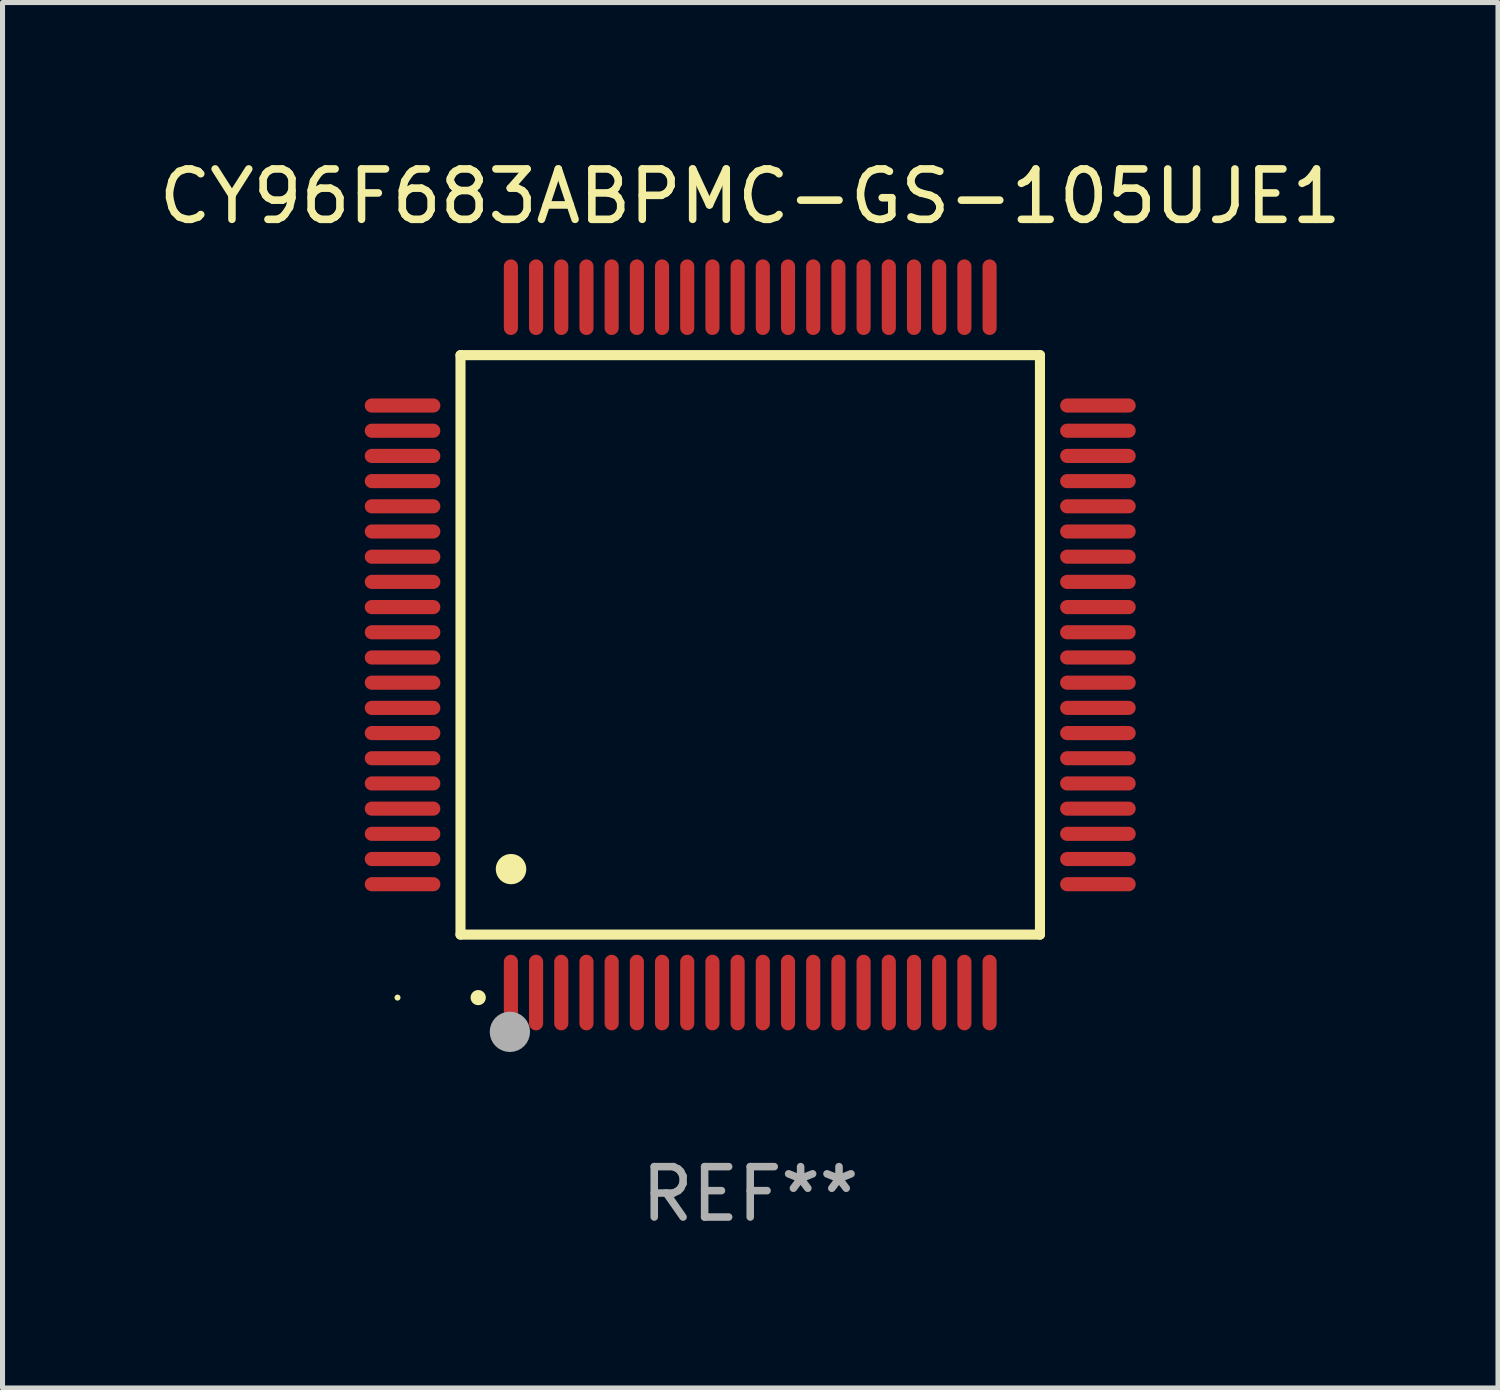
<source format=kicad_pcb>
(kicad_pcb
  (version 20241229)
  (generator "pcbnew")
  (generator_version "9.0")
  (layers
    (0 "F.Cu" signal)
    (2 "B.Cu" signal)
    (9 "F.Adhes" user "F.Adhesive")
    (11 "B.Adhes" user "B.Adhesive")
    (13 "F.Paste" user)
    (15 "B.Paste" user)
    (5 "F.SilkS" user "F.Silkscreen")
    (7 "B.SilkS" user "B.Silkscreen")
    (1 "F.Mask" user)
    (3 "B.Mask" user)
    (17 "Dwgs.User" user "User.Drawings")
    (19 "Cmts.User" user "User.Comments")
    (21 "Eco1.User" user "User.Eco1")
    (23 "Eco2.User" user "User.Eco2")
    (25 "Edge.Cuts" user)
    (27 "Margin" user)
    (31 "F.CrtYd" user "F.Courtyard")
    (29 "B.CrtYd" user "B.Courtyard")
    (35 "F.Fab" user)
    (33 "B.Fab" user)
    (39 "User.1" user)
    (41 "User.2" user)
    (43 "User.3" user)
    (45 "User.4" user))
  (footprint "CY96F683ABPMC-GS-105UJE1"
    (layer "F.Cu")
    (at 11.839 9.748)
    (property "Reference" "CY96F683ABPMC-GS-105UJE1" (at 0 -8.9 0) (layer "F.SilkS") (effects (font (size 1 1) (thickness 0.15))))
    (attr through_hole)
    (fp_line (start -5.75 -5.75) (end 5.75 -5.75) (stroke (width 0.2) (type solid)) (layer "F.SilkS"))
    (fp_line (start -5.75 5.75) (end -5.75 -5.75) (stroke (width 0.2) (type solid)) (layer "F.SilkS"))
    (fp_line (start 5.75 -5.75) (end 5.75 5.75) (stroke (width 0.2) (type solid)) (layer "F.SilkS"))
    (fp_line (start 5.75 5.75) (end -5.75 5.75) (stroke (width 0.2) (type solid)) (layer "F.SilkS"))
    (fp_arc (start -5.400051 7.000254) (mid -5.398781 7.000249) (end -5.397511 7.000254) (stroke (width 0.3) (type solid)) (layer "F.SilkS"))
    (fp_arc (start -4.749809 4.450089) (mid -4.747269 4.450078) (end -4.744729 4.450089) (stroke (width 0.6) (type solid)) (layer "F.SilkS"))
    (fp_circle (center -7 7) (end -6.97 7) (stroke (width 0.06) (type solid)) (fill no) (layer "F.SilkS"))
    (fp_circle (center -4.77 7.68) (end -4.57 7.68) (stroke (width 0.4) (type solid)) (fill no) (layer "F.Fab"))
    (fp_text user "REF**" (at 0 10.9 0) (layer "F.Fab") (effects (font (size 1 1) (thickness 0.15))))
    (pad "1" smd oval (at -4.75 6.9) (size 0.28 1.5) (layers "F.Cu" "F.Mask" "F.Paste"))
    (pad "2" smd oval (at -4.25 6.9) (size 0.28 1.5) (layers "F.Cu" "F.Mask" "F.Paste"))
    (pad "3" smd oval (at -3.75 6.9) (size 0.28 1.5) (layers "F.Cu" "F.Mask" "F.Paste"))
    (pad "4" smd oval (at -3.25 6.9) (size 0.28 1.5) (layers "F.Cu" "F.Mask" "F.Paste"))
    (pad "5" smd oval (at -2.75 6.9) (size 0.28 1.5) (layers "F.Cu" "F.Mask" "F.Paste"))
    (pad "6" smd oval (at -2.25 6.9) (size 0.28 1.5) (layers "F.Cu" "F.Mask" "F.Paste"))
    (pad "7" smd oval (at -1.75 6.9) (size 0.28 1.5) (layers "F.Cu" "F.Mask" "F.Paste"))
    (pad "8" smd oval (at -1.25 6.9) (size 0.28 1.5) (layers "F.Cu" "F.Mask" "F.Paste"))
    (pad "9" smd oval (at -0.75 6.9) (size 0.28 1.5) (layers "F.Cu" "F.Mask" "F.Paste"))
    (pad "10" smd oval (at -0.25 6.9) (size 0.28 1.5) (layers "F.Cu" "F.Mask" "F.Paste"))
    (pad "11" smd oval (at 0.25 6.9) (size 0.28 1.5) (layers "F.Cu" "F.Mask" "F.Paste"))
    (pad "12" smd oval (at 0.75 6.9) (size 0.28 1.5) (layers "F.Cu" "F.Mask" "F.Paste"))
    (pad "13" smd oval (at 1.25 6.9) (size 0.28 1.5) (layers "F.Cu" "F.Mask" "F.Paste"))
    (pad "14" smd oval (at 1.75 6.9) (size 0.28 1.5) (layers "F.Cu" "F.Mask" "F.Paste"))
    (pad "15" smd oval (at 2.25 6.9) (size 0.28 1.5) (layers "F.Cu" "F.Mask" "F.Paste"))
    (pad "16" smd oval (at 2.75 6.9) (size 0.28 1.5) (layers "F.Cu" "F.Mask" "F.Paste"))
    (pad "17" smd oval (at 3.25 6.9) (size 0.28 1.5) (layers "F.Cu" "F.Mask" "F.Paste"))
    (pad "18" smd oval (at 3.75 6.9) (size 0.28 1.5) (layers "F.Cu" "F.Mask" "F.Paste"))
    (pad "19" smd oval (at 4.25 6.9) (size 0.28 1.5) (layers "F.Cu" "F.Mask" "F.Paste"))
    (pad "20" smd oval (at 4.75 6.9) (size 0.28 1.5) (layers "F.Cu" "F.Mask" "F.Paste"))
    (pad "21" smd oval (at 6.9 4.75) (size 1.5 0.28) (layers "F.Cu" "F.Mask" "F.Paste"))
    (pad "22" smd oval (at 6.9 4.25) (size 1.5 0.28) (layers "F.Cu" "F.Mask" "F.Paste"))
    (pad "23" smd oval (at 6.9 3.75) (size 1.5 0.28) (layers "F.Cu" "F.Mask" "F.Paste"))
    (pad "24" smd oval (at 6.9 3.25) (size 1.5 0.28) (layers "F.Cu" "F.Mask" "F.Paste"))
    (pad "25" smd oval (at 6.9 2.75) (size 1.5 0.28) (layers "F.Cu" "F.Mask" "F.Paste"))
    (pad "26" smd oval (at 6.9 2.25) (size 1.5 0.28) (layers "F.Cu" "F.Mask" "F.Paste"))
    (pad "27" smd oval (at 6.9 1.75) (size 1.5 0.28) (layers "F.Cu" "F.Mask" "F.Paste"))
    (pad "28" smd oval (at 6.9 1.25) (size 1.5 0.28) (layers "F.Cu" "F.Mask" "F.Paste"))
    (pad "29" smd oval (at 6.9 0.75) (size 1.5 0.28) (layers "F.Cu" "F.Mask" "F.Paste"))
    (pad "30" smd oval (at 6.9 0.25) (size 1.5 0.28) (layers "F.Cu" "F.Mask" "F.Paste"))
    (pad "31" smd oval (at 6.9 -0.25) (size 1.5 0.28) (layers "F.Cu" "F.Mask" "F.Paste"))
    (pad "32" smd oval (at 6.9 -0.75) (size 1.5 0.28) (layers "F.Cu" "F.Mask" "F.Paste"))
    (pad "33" smd oval (at 6.9 -1.25) (size 1.5 0.28) (layers "F.Cu" "F.Mask" "F.Paste"))
    (pad "34" smd oval (at 6.9 -1.75) (size 1.5 0.28) (layers "F.Cu" "F.Mask" "F.Paste"))
    (pad "35" smd oval (at 6.9 -2.25) (size 1.5 0.28) (layers "F.Cu" "F.Mask" "F.Paste"))
    (pad "36" smd oval (at 6.9 -2.75) (size 1.5 0.28) (layers "F.Cu" "F.Mask" "F.Paste"))
    (pad "37" smd oval (at 6.9 -3.25) (size 1.5 0.28) (layers "F.Cu" "F.Mask" "F.Paste"))
    (pad "38" smd oval (at 6.9 -3.75) (size 1.5 0.28) (layers "F.Cu" "F.Mask" "F.Paste"))
    (pad "39" smd oval (at 6.9 -4.25) (size 1.5 0.28) (layers "F.Cu" "F.Mask" "F.Paste"))
    (pad "40" smd oval (at 6.9 -4.75) (size 1.5 0.28) (layers "F.Cu" "F.Mask" "F.Paste"))
    (pad "41" smd oval (at 4.75 -6.9) (size 0.28 1.5) (layers "F.Cu" "F.Mask" "F.Paste"))
    (pad "42" smd oval (at 4.25 -6.9) (size 0.28 1.5) (layers "F.Cu" "F.Mask" "F.Paste"))
    (pad "43" smd oval (at 3.75 -6.9) (size 0.28 1.5) (layers "F.Cu" "F.Mask" "F.Paste"))
    (pad "44" smd oval (at 3.25 -6.9) (size 0.28 1.5) (layers "F.Cu" "F.Mask" "F.Paste"))
    (pad "45" smd oval (at 2.75 -6.9) (size 0.28 1.5) (layers "F.Cu" "F.Mask" "F.Paste"))
    (pad "46" smd oval (at 2.25 -6.9) (size 0.28 1.5) (layers "F.Cu" "F.Mask" "F.Paste"))
    (pad "47" smd oval (at 1.75 -6.9) (size 0.28 1.5) (layers "F.Cu" "F.Mask" "F.Paste"))
    (pad "48" smd oval (at 1.25 -6.9) (size 0.28 1.5) (layers "F.Cu" "F.Mask" "F.Paste"))
    (pad "49" smd oval (at 0.75 -6.9) (size 0.28 1.5) (layers "F.Cu" "F.Mask" "F.Paste"))
    (pad "50" smd oval (at 0.25 -6.9) (size 0.28 1.5) (layers "F.Cu" "F.Mask" "F.Paste"))
    (pad "51" smd oval (at -0.25 -6.9) (size 0.28 1.5) (layers "F.Cu" "F.Mask" "F.Paste"))
    (pad "52" smd oval (at -0.75 -6.9) (size 0.28 1.5) (layers "F.Cu" "F.Mask" "F.Paste"))
    (pad "53" smd oval (at -1.25 -6.9) (size 0.28 1.5) (layers "F.Cu" "F.Mask" "F.Paste"))
    (pad "54" smd oval (at -1.75 -6.9) (size 0.28 1.5) (layers "F.Cu" "F.Mask" "F.Paste"))
    (pad "55" smd oval (at -2.25 -6.9) (size 0.28 1.5) (layers "F.Cu" "F.Mask" "F.Paste"))
    (pad "56" smd oval (at -2.75 -6.9) (size 0.28 1.5) (layers "F.Cu" "F.Mask" "F.Paste"))
    (pad "57" smd oval (at -3.25 -6.9) (size 0.28 1.5) (layers "F.Cu" "F.Mask" "F.Paste"))
    (pad "58" smd oval (at -3.75 -6.9) (size 0.28 1.5) (layers "F.Cu" "F.Mask" "F.Paste"))
    (pad "59" smd oval (at -4.25 -6.9) (size 0.28 1.5) (layers "F.Cu" "F.Mask" "F.Paste"))
    (pad "60" smd oval (at -4.75 -6.9) (size 0.28 1.5) (layers "F.Cu" "F.Mask" "F.Paste"))
    (pad "61" smd oval (at -6.9 -4.75) (size 1.5 0.28) (layers "F.Cu" "F.Mask" "F.Paste"))
    (pad "62" smd oval (at -6.9 -4.25) (size 1.5 0.28) (layers "F.Cu" "F.Mask" "F.Paste"))
    (pad "63" smd oval (at -6.9 -3.75) (size 1.5 0.28) (layers "F.Cu" "F.Mask" "F.Paste"))
    (pad "64" smd oval (at -6.9 -3.25) (size 1.5 0.28) (layers "F.Cu" "F.Mask" "F.Paste"))
    (pad "65" smd oval (at -6.9 -2.75) (size 1.5 0.28) (layers "F.Cu" "F.Mask" "F.Paste"))
    (pad "66" smd oval (at -6.9 -2.25) (size 1.5 0.28) (layers "F.Cu" "F.Mask" "F.Paste"))
    (pad "67" smd oval (at -6.9 -1.75) (size 1.5 0.28) (layers "F.Cu" "F.Mask" "F.Paste"))
    (pad "68" smd oval (at -6.9 -1.25) (size 1.5 0.28) (layers "F.Cu" "F.Mask" "F.Paste"))
    (pad "69" smd oval (at -6.9 -0.75) (size 1.5 0.28) (layers "F.Cu" "F.Mask" "F.Paste"))
    (pad "70" smd oval (at -6.9 -0.25) (size 1.5 0.28) (layers "F.Cu" "F.Mask" "F.Paste"))
    (pad "71" smd oval (at -6.9 0.25) (size 1.5 0.28) (layers "F.Cu" "F.Mask" "F.Paste"))
    (pad "72" smd oval (at -6.9 0.75) (size 1.5 0.28) (layers "F.Cu" "F.Mask" "F.Paste"))
    (pad "73" smd oval (at -6.9 1.25) (size 1.5 0.28) (layers "F.Cu" "F.Mask" "F.Paste"))
    (pad "74" smd oval (at -6.9 1.75) (size 1.5 0.28) (layers "F.Cu" "F.Mask" "F.Paste"))
    (pad "75" smd oval (at -6.9 2.25) (size 1.5 0.28) (layers "F.Cu" "F.Mask" "F.Paste"))
    (pad "76" smd oval (at -6.9 2.75) (size 1.5 0.28) (layers "F.Cu" "F.Mask" "F.Paste"))
    (pad "77" smd oval (at -6.9 3.25) (size 1.5 0.28) (layers "F.Cu" "F.Mask" "F.Paste"))
    (pad "78" smd oval (at -6.9 3.75) (size 1.5 0.28) (layers "F.Cu" "F.Mask" "F.Paste"))
    (pad "79" smd oval (at -6.9 4.25) (size 1.5 0.28) (layers "F.Cu" "F.Mask" "F.Paste"))
    (pad "80" smd oval (at -6.9 4.75) (size 1.5 0.28) (layers "F.Cu" "F.Mask" "F.Paste")))
  (gr_rect
    (start -3 -3)
    (end 26.679 24.496)
    (stroke (width 0.1) (type default))
    (fill no)
    (layer "Edge.Cuts")))
</source>
